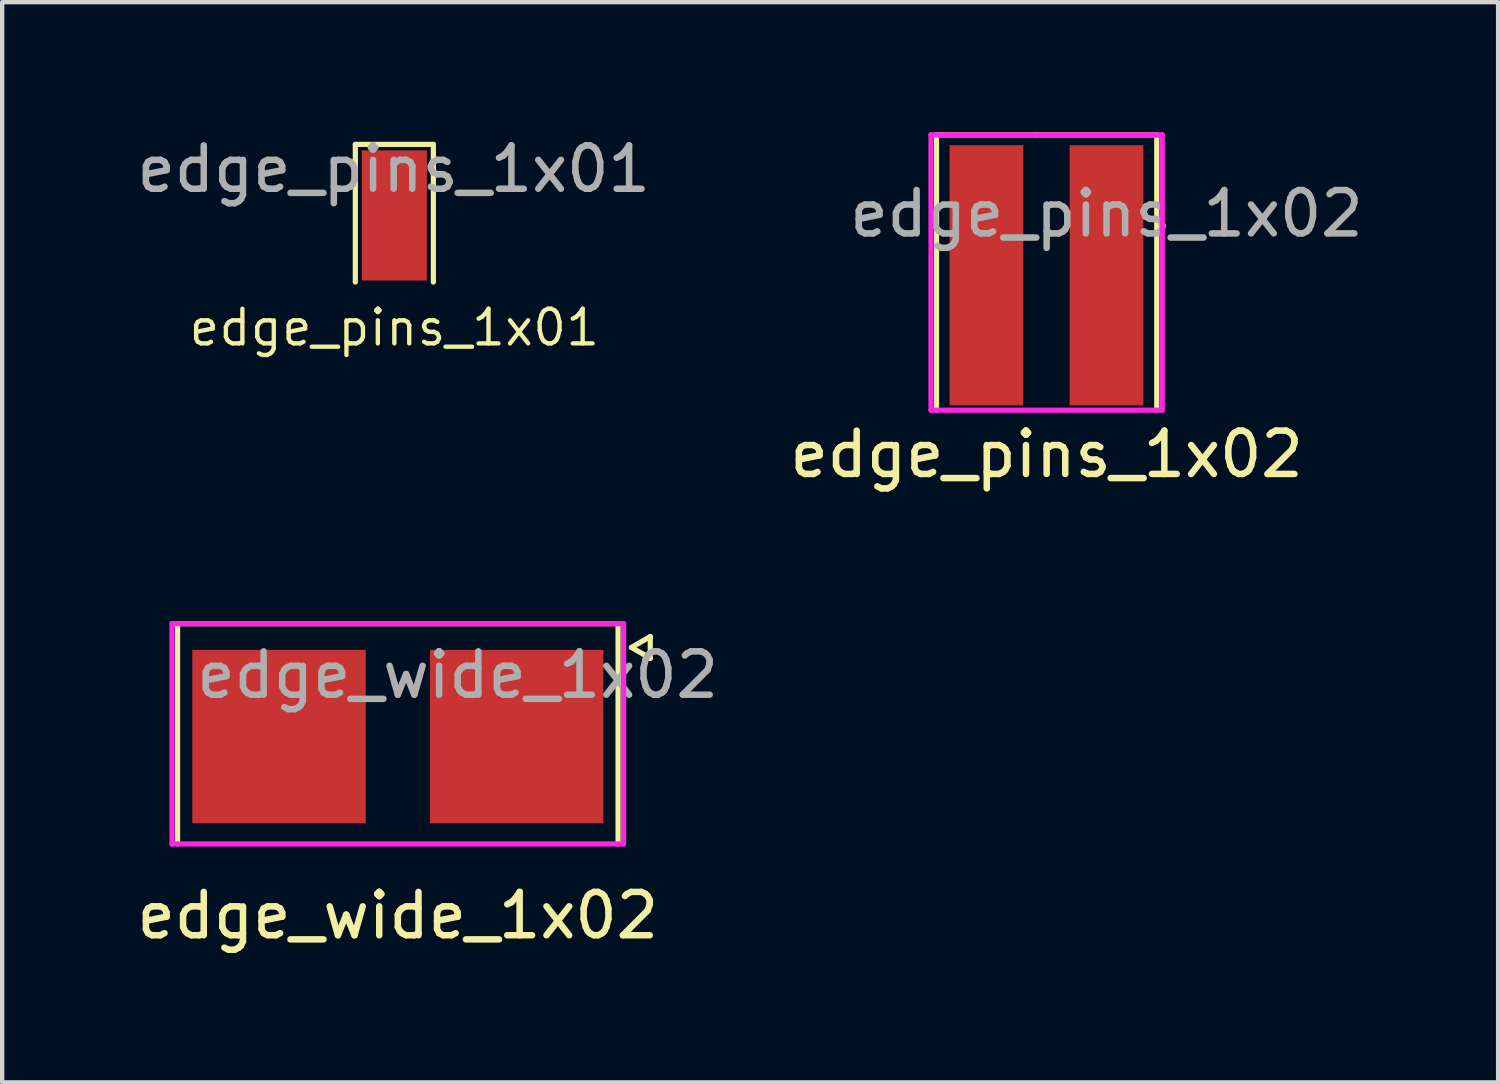
<source format=kicad_pcb>
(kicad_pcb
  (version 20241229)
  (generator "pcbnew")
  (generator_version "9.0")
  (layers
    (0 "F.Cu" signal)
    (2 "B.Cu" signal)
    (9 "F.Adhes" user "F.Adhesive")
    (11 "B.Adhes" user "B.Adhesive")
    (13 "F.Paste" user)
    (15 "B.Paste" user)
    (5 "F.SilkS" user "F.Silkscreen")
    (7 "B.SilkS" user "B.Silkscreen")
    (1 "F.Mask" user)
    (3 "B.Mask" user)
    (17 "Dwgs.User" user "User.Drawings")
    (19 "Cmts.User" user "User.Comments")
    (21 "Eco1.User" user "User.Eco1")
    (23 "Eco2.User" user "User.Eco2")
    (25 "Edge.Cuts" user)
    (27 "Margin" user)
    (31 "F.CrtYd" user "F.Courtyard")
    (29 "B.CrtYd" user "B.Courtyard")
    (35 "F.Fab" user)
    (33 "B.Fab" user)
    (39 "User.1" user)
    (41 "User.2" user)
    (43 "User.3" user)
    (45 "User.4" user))
  (footprint "edge_pins_1x01"
    (layer "F.Cu")
    (at 6.045 2.205)
    (property "Reference" "edge_pins_1x01" (at 0 2.3 180) (layer "F.SilkS") (effects (font (size 0.8 0.8) (thickness 0.1))))
    (attr through_hole)
    (fp_line (start -0.9 -1.925) (end -0.9 1.25) (stroke (width 0.12) (type solid)) (layer "F.SilkS"))
    (fp_line (start 0.9 -1.925) (end -0.9 -1.925) (stroke (width 0.12) (type solid)) (layer "F.SilkS"))
    (fp_line (start 0.9 1.25) (end 0.9 -1.925) (stroke (width 0.12) (type solid)) (layer "F.SilkS"))
    (fp_text user "${REFERENCE}" (at -0.015 -1.357 180) (layer "F.Fab") (effects (font (size 1 1) (thickness 0.15))))
    (pad "1" smd rect (at 0 -0.286 180) (size 1.5 3) (layers "F.Cu" "F.Mask" "F.Paste")))
  (footprint "edge_wide_1x02"
    (layer "F.Cu")
    (at 6.125 13.874)
    (property "Reference" "edge_wide_1x02" (at 0 4.191 180) (layer "F.SilkS") (effects (font (size 1 1) (thickness 0.15))))
    (attr through_hole)
    (fp_line (start -5.08 -2.54) (end -5.08 2.54) (stroke (width 0.12) (type solid)) (layer "F.SilkS"))
    (fp_line (start 5.08 -2.54) (end -5.08 -2.54) (stroke (width 0.12) (type solid)) (layer "F.SilkS"))
    (fp_line (start 5.08 2.54) (end 5.08 -2.54) (stroke (width 0.12) (type solid)) (layer "F.SilkS"))
    (fp_line (start 5.389 -1.992) (end 5.822 -2.243) (stroke (width 0.12) (type solid)) (layer "F.SilkS"))
    (fp_line (start 5.822 -2.243) (end 5.822 -1.742) (stroke (width 0.12) (type solid)) (layer "F.SilkS"))
    (fp_line (start 5.822 -1.742) (end 5.389 -1.992) (stroke (width 0.12) (type solid)) (layer "F.SilkS"))
    (fp_line (start -5.207 -2.54) (end 5.207 -2.54) (stroke (width 0.12) (type solid)) (layer "F.CrtYd"))
    (fp_line (start -5.207 2.54) (end -5.207 -2.54) (stroke (width 0.12) (type solid)) (layer "F.CrtYd"))
    (fp_line (start 5.207 -2.54) (end 5.207 2.54) (stroke (width 0.12) (type solid)) (layer "F.CrtYd"))
    (fp_line (start 5.207 2.54) (end -5.207 2.54) (stroke (width 0.12) (type solid)) (layer "F.CrtYd"))
    (fp_text user "${REFERENCE}" (at 1.381 -1.357 180) (layer "F.Fab") (effects (font (size 1 1) (thickness 0.15))))
    (pad "1" smd rect (at 2.74 0.064 180) (size 4 4) (layers "F.Cu" "F.Mask" "F.Paste"))
    (pad "2" smd rect (at -2.74 0.064 180) (size 4 4) (layers "F.Cu" "F.Mask" "F.Paste")))
  (footprint "edge_pins_1x02"
    (layer "F.Cu")
    (at 21.089 3.235)
    (property "Reference" "edge_pins_1x02" (at 0 4.191 180) (layer "F.SilkS") (effects (font (size 1 1) (thickness 0.15))))
    (attr through_hole)
    (fp_line (start -2.54 -3.175) (end -2.54 3.175) (stroke (width 0.12) (type solid)) (layer "F.SilkS"))
    (fp_line (start -0.254 -3.175) (end -2.54 -3.175) (stroke (width 0.12) (type solid)) (layer "F.SilkS"))
    (fp_line (start 2.54 -3.175) (end -0.254 -3.175) (stroke (width 0.12) (type solid)) (layer "F.SilkS"))
    (fp_line (start 2.54 3.175) (end 2.54 -3.175) (stroke (width 0.12) (type solid)) (layer "F.SilkS"))
    (fp_line (start -2.667 -3.175) (end 2.667 -3.175) (stroke (width 0.12) (type solid)) (layer "F.CrtYd"))
    (fp_line (start -2.667 3.175) (end -2.667 -3.175) (stroke (width 0.12) (type solid)) (layer "F.CrtYd"))
    (fp_line (start 2.667 -3.175) (end 2.667 3.175) (stroke (width 0.12) (type solid)) (layer "F.CrtYd"))
    (fp_line (start 2.667 3.175) (end -2.667 3.175) (stroke (width 0.12) (type solid)) (layer "F.CrtYd"))
    (fp_text user "${REFERENCE}" (at 1.381 -1.357 180) (layer "F.Fab") (effects (font (size 1 1) (thickness 0.15))))
    (pad "1" smd rect (at 1.381 0.064 180) (size 1.7 6) (layers "F.Cu" "F.Mask" "F.Paste"))
    (pad "2" smd rect (at -1.389 0.064 180) (size 1.7 6) (layers "F.Cu" "F.Mask" "F.Paste")))
  (gr_rect
    (start -3 -3)
    (end 31.501 21.913)
    (stroke (width 0.1) (type default))
    (fill no)
    (layer "Edge.Cuts")))
</source>
